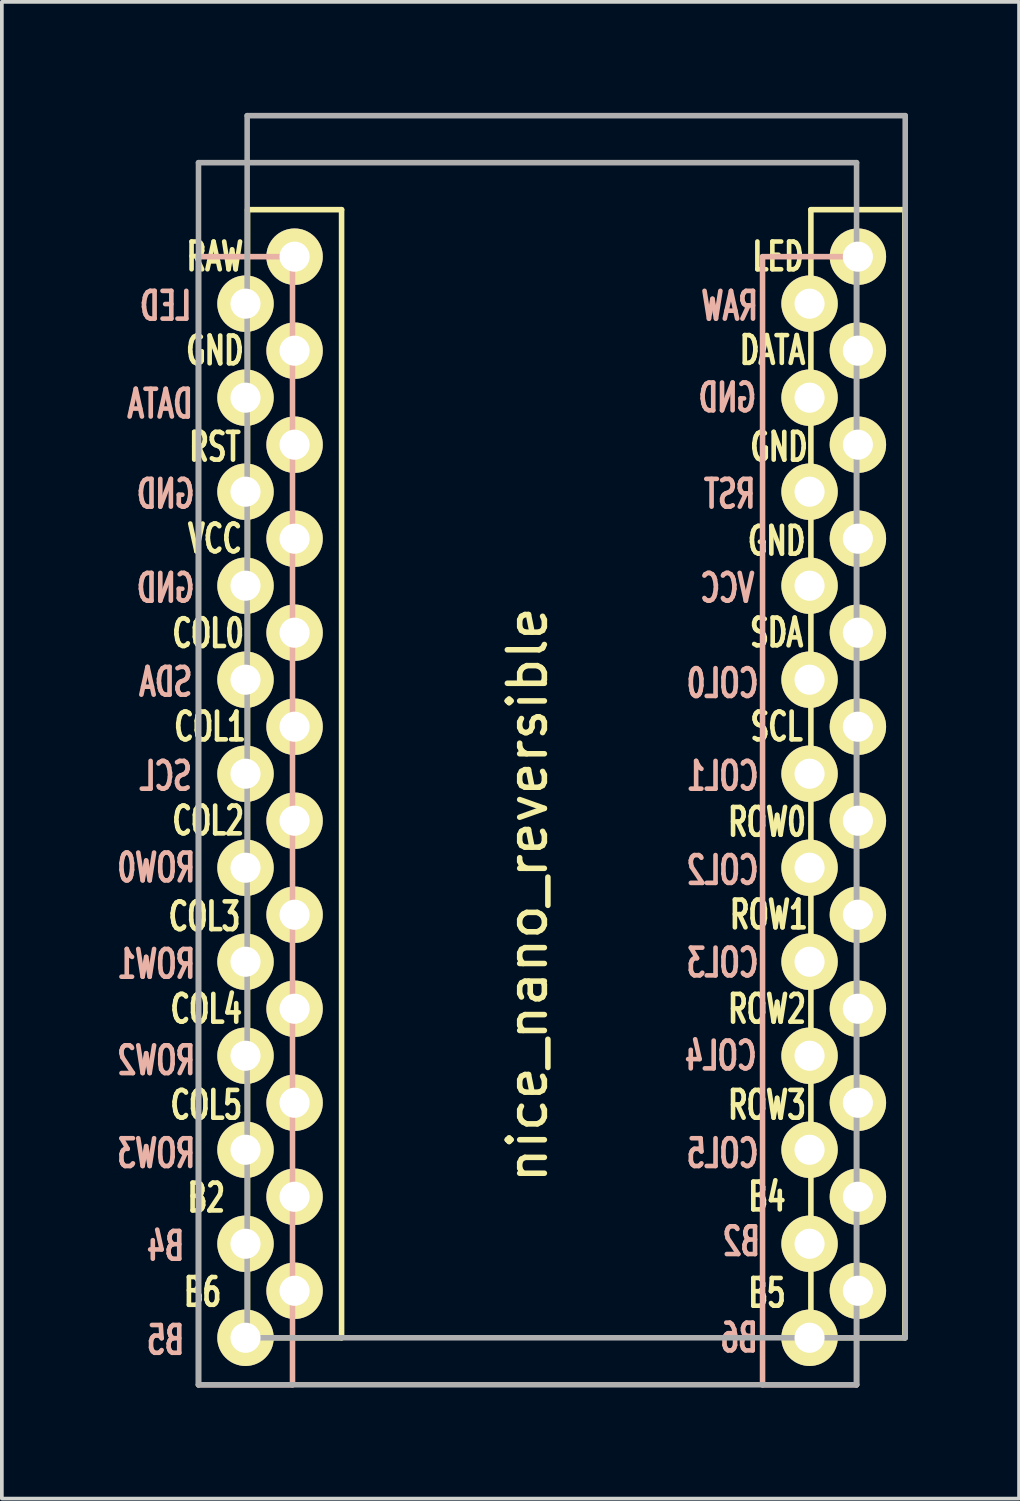
<source format=kicad_pcb>
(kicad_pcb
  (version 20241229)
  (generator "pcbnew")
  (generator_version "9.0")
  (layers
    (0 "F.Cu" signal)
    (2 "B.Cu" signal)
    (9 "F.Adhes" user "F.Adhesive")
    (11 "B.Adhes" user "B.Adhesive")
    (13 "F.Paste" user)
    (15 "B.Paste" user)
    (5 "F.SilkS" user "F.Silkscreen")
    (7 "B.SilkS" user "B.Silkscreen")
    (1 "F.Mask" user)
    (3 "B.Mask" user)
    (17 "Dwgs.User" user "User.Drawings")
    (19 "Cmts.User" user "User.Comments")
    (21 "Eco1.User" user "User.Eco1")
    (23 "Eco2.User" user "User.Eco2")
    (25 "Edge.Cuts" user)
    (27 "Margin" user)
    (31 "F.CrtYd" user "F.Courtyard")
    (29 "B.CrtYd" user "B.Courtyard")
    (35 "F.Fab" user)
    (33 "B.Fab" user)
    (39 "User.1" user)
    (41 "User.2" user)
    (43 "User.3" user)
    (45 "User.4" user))
  (footprint "nice_nano_reversible"
    (layer "F.Cu")
    (at 12.473 18.363)
    (property "Reference" "nice_nano_reversible" (at -1.27 2.762 270) (layer "F.SilkS") (effects (font (size 1 1) (thickness 0.15))))
    (attr through_hole)
    (fp_line (start -8.834 -15.748) (end -6.294 -15.748) (stroke (width 0.15) (type solid)) (layer "F.SilkS"))
    (fp_line (start -8.834 14.732) (end -8.834 -15.748) (stroke (width 0.15) (type solid)) (layer "F.SilkS"))
    (fp_line (start -6.294 -15.748) (end -6.294 14.732) (stroke (width 0.15) (type solid)) (layer "F.SilkS"))
    (fp_line (start -6.294 14.732) (end -8.834 14.732) (stroke (width 0.15) (type solid)) (layer "F.SilkS"))
    (fp_line (start 6.386 -15.748) (end 8.926 -15.748) (stroke (width 0.15) (type solid)) (layer "F.SilkS"))
    (fp_line (start 6.386 14.732) (end 6.386 -15.748) (stroke (width 0.15) (type solid)) (layer "F.SilkS"))
    (fp_line (start 8.926 -15.748) (end 8.926 14.732) (stroke (width 0.15) (type solid)) (layer "F.SilkS"))
    (fp_line (start 8.926 14.732) (end 6.386 14.732) (stroke (width 0.15) (type solid)) (layer "F.SilkS"))
    (fp_line (start -10.16 -14.478) (end -7.62 -14.478) (stroke (width 0.15) (type solid)) (layer "B.SilkS"))
    (fp_line (start -10.16 16.002) (end -10.16 -14.478) (stroke (width 0.15) (type solid)) (layer "B.SilkS"))
    (fp_line (start -7.62 -14.478) (end -7.62 16.002) (stroke (width 0.15) (type solid)) (layer "B.SilkS"))
    (fp_line (start -7.62 16.002) (end -10.16 16.002) (stroke (width 0.15) (type solid)) (layer "B.SilkS"))
    (fp_line (start 5.08 -14.478) (end 7.62 -14.478) (stroke (width 0.15) (type solid)) (layer "B.SilkS"))
    (fp_line (start 5.08 16.002) (end 5.08 -14.478) (stroke (width 0.15) (type solid)) (layer "B.SilkS"))
    (fp_line (start 7.62 -14.478) (end 7.62 16.002) (stroke (width 0.15) (type solid)) (layer "B.SilkS"))
    (fp_line (start 7.62 16.002) (end 5.08 16.002) (stroke (width 0.15) (type solid)) (layer "B.SilkS"))
    (fp_line (start -10.16 -17.018) (end 7.62 -17.018) (stroke (width 0.15) (type solid)) (layer "F.Fab"))
    (fp_line (start -10.16 16.002) (end -10.16 -17.018) (stroke (width 0.15) (type solid)) (layer "F.Fab"))
    (fp_line (start -8.845 -18.288) (end 8.935 -18.288) (stroke (width 0.15) (type solid)) (layer "F.Fab"))
    (fp_line (start -8.845 14.732) (end -8.845 -18.288) (stroke (width 0.15) (type solid)) (layer "F.Fab"))
    (fp_line (start 7.62 -17.018) (end 7.62 16.002) (stroke (width 0.15) (type solid)) (layer "F.Fab"))
    (fp_line (start 7.62 16.002) (end -10.16 16.002) (stroke (width 0.15) (type solid)) (layer "F.Fab"))
    (fp_line (start 8.935 -18.288) (end 8.935 14.732) (stroke (width 0.15) (type solid)) (layer "F.Fab"))
    (fp_line (start 8.935 14.732) (end -8.845 14.732) (stroke (width 0.15) (type solid)) (layer "F.Fab"))
    (fp_text user "LED" (at 5.5 -14.478 0) (layer "F.SilkS") (effects (font (size 0.75 0.5) (thickness 0.125))))
    (fp_text user "ROW1" (at 5.25 3.302 0) (layer "F.SilkS") (effects (font (size 0.75 0.5) (thickness 0.125))))
    (fp_text user "GND" (at 5.524 -9.335 0) (layer "F.SilkS") (effects (font (size 0.75 0.5) (thickness 0.125))))
    (fp_text user "SCL" (at 5.461 -1.778 0) (layer "F.SilkS") (effects (font (size 0.75 0.5) (thickness 0.125))))
    (fp_text user "" (at -0.5 -17.25 0) (layer "F.SilkS") (effects (font (size 1 1) (thickness 0.15))))
    (fp_text user "GND" (at 5.461 -6.795 0) (layer "F.SilkS") (effects (font (size 0.75 0.5) (thickness 0.125))))
    (fp_text user "COL1" (at -9.85 -1.778 0) (layer "F.SilkS") (effects (font (size 0.75 0.5) (thickness 0.125))))
    (fp_text user "COL4" (at -9.95 5.85 0) (layer "F.SilkS") (effects (font (size 0.75 0.5) (thickness 0.125))))
    (fp_text user "B4" (at 5.2 10.922 0) (layer "F.SilkS") (effects (font (size 0.75 0.5) (thickness 0.125))))
    (fp_text user "RST" (at -9.716 -9.335 0) (layer "F.SilkS") (effects (font (size 0.75 0.5) (thickness 0.125))))
    (fp_text user "B5" (at 5.2 13.525 0) (layer "F.SilkS") (effects (font (size 0.75 0.5) (thickness 0.125))))
    (fp_text user "ROW0" (at 5.2 0.8 0) (layer "F.SilkS") (effects (font (size 0.75 0.5) (thickness 0.125))))
    (fp_text user "GND" (at -9.716 -11.938 0) (layer "F.SilkS") (effects (font (size 0.75 0.5) (thickness 0.125))))
    (fp_text user "VCC" (at -9.716 -6.858 0) (layer "F.SilkS") (effects (font (size 0.75 0.5) (thickness 0.125))))
    (fp_text user "B2" (at -9.95 10.95 0) (layer "F.SilkS") (effects (font (size 0.75 0.5) (thickness 0.125))))
    (fp_text user "SDA" (at 5.461 -4.318 0) (layer "F.SilkS") (effects (font (size 0.75 0.5) (thickness 0.125))))
    (fp_text user "DATA" (at 5.35 -11.95 0) (layer "F.SilkS") (effects (font (size 0.75 0.5) (thickness 0.125))))
    (fp_text user "COL3" (at -10 3.35 0) (layer "F.SilkS") (effects (font (size 0.75 0.5) (thickness 0.125))))
    (fp_text user "ROW3" (at 5.2 8.445 0) (layer "F.SilkS") (effects (font (size 0.75 0.5) (thickness 0.125))))
    (fp_text user "COL0" (at -9.9 -4.3 0) (layer "F.SilkS") (effects (font (size 0.75 0.5) (thickness 0.125))))
    (fp_text user "ROW2" (at 5.2 5.85 0) (layer "F.SilkS") (effects (font (size 0.75 0.5) (thickness 0.125))))
    (fp_text user "B6" (at -10.05 13.5 0) (layer "F.SilkS") (effects (font (size 0.75 0.5) (thickness 0.125))))
    (fp_text user "RAW" (at -9.716 -14.478 0) (layer "F.SilkS") (effects (font (size 0.75 0.5) (thickness 0.125))))
    (fp_text user "COL2" (at -9.9 0.762 0) (layer "F.SilkS") (effects (font (size 0.75 0.5) (thickness 0.125))))
    (fp_text user "COL5" (at -9.95 8.445 0) (layer "F.SilkS") (effects (font (size 0.75 0.5) (thickness 0.125))))
    (fp_text user "ROW1" (at -11.3 4.636 0) (layer "B.SilkS") (effects (font (size 0.75 0.5) (thickness 0.125)) (justify mirror)))
    (fp_text user "RAW" (at 4.191 -13.145 0) (layer "B.SilkS") (effects (font (size 0.75 0.5) (thickness 0.125)) (justify mirror)))
    (fp_text user "LED" (at -11.049 -13.145 0) (layer "B.SilkS") (effects (font (size 0.75 0.5) (thickness 0.125)) (justify mirror)))
    (fp_text user "COL5" (at 4 9.75 0) (layer "B.SilkS") (effects (font (size 0.75 0.5) (thickness 0.125)) (justify mirror)))
    (fp_text user "B5" (at -11.049 14.796 0) (layer "B.SilkS") (effects (font (size 0.75 0.5) (thickness 0.125)) (justify mirror)))
    (fp_text user "ROW3" (at -11.3 9.75 0) (layer "B.SilkS") (effects (font (size 0.75 0.5) (thickness 0.125)) (justify mirror)))
    (fp_text user "B6" (at 4.445 14.732 0) (layer "B.SilkS") (effects (font (size 0.75 0.5) (thickness 0.125)) (justify mirror)))
    (fp_text user "GND" (at -11.049 -8.065 0) (layer "B.SilkS") (effects (font (size 0.75 0.5) (thickness 0.125)) (justify mirror)))
    (fp_text user "COL2" (at 4 2.1 0) (layer "B.SilkS") (effects (font (size 0.75 0.5) (thickness 0.125)) (justify mirror)))
    (fp_text user "RST" (at 4.191 -8.065 0) (layer "B.SilkS") (effects (font (size 0.75 0.5) (thickness 0.125)) (justify mirror)))
    (fp_text user "ROW2" (at -11.3 7.239 0) (layer "B.SilkS") (effects (font (size 0.75 0.5) (thickness 0.125)) (justify mirror)))
    (fp_text user "" (at -1.206 -16.256 0) (layer "B.SilkS") (effects (font (size 1 1) (thickness 0.15)) (justify mirror)))
    (fp_text user "GND" (at -11.049 -5.524 0) (layer "B.SilkS") (effects (font (size 0.75 0.5) (thickness 0.125)) (justify mirror)))
    (fp_text user "SCL" (at -11.049 -0.445 0) (layer "B.SilkS") (effects (font (size 0.75 0.5) (thickness 0.125)) (justify mirror)))
    (fp_text user "B4" (at -11.049 12.255 0) (layer "B.SilkS") (effects (font (size 0.75 0.5) (thickness 0.125)) (justify mirror)))
    (fp_text user "COL1" (at 4 -0.445 0) (layer "B.SilkS") (effects (font (size 0.75 0.5) (thickness 0.125)) (justify mirror)))
    (fp_text user "COL4" (at 3.95 7.112 0) (layer "B.SilkS") (effects (font (size 0.75 0.5) (thickness 0.125)) (justify mirror)))
    (fp_text user "COL0" (at 4 -2.95 0) (layer "B.SilkS") (effects (font (size 0.75 0.5) (thickness 0.125)) (justify mirror)))
    (fp_text user "B2" (at 4.508 12.129 0) (layer "B.SilkS") (effects (font (size 0.75 0.5) (thickness 0.125)) (justify mirror)))
    (fp_text user "COL3" (at 4 4.6 0) (layer "B.SilkS") (effects (font (size 0.75 0.5) (thickness 0.125)) (justify mirror)))
    (fp_text user "ROW0" (at -11.3 2.032 0) (layer "B.SilkS") (effects (font (size 0.75 0.5) (thickness 0.125)) (justify mirror)))
    (fp_text user "DATA" (at -11.2 -10.5 0) (layer "B.SilkS") (effects (font (size 0.75 0.5) (thickness 0.125)) (justify mirror)))
    (fp_text user "VCC" (at 4.128 -5.524 0) (layer "B.SilkS") (effects (font (size 0.75 0.5) (thickness 0.125)) (justify mirror)))
    (fp_text user "GND" (at 4.128 -10.668 0) (layer "B.SilkS") (effects (font (size 0.75 0.5) (thickness 0.125)) (justify mirror)))
    (fp_text user "SDA" (at -11.049 -2.985 0) (layer "B.SilkS") (effects (font (size 0.75 0.5) (thickness 0.125)) (justify mirror)))
    (pad "1" thru_hole circle (at -8.89 -13.208) (size 1.524 1.524) (drill 0.813) (layers "*.Cu" "*.Mask" "F.SilkS"))
    (pad "1" thru_hole circle (at 7.656 -14.478) (size 1.524 1.524) (drill 0.813) (layers "*.Cu" "*.Mask" "F.SilkS"))
    (pad "2" thru_hole circle (at -8.89 -10.668) (size 1.524 1.524) (drill 0.813) (layers "*.Cu" "*.Mask" "F.SilkS"))
    (pad "2" thru_hole circle (at 7.656 -11.938) (size 1.524 1.524) (drill 0.813) (layers "*.Cu" "*.Mask" "F.SilkS"))
    (pad "3" thru_hole circle (at -8.89 -8.128) (size 1.524 1.524) (drill 0.813) (layers "*.Cu" "*.Mask" "F.SilkS"))
    (pad "3" thru_hole circle (at 7.656 -9.398) (size 1.524 1.524) (drill 0.813) (layers "*.Cu" "*.Mask" "F.SilkS"))
    (pad "4" thru_hole circle (at -8.89 -5.588) (size 1.524 1.524) (drill 0.813) (layers "*.Cu" "*.Mask" "F.SilkS"))
    (pad "4" thru_hole circle (at 7.656 -6.858) (size 1.524 1.524) (drill 0.813) (layers "*.Cu" "*.Mask" "F.SilkS"))
    (pad "5" thru_hole circle (at -8.89 -3.048) (size 1.524 1.524) (drill 0.813) (layers "*.Cu" "*.Mask" "F.SilkS"))
    (pad "5" thru_hole circle (at 7.656 -4.318) (size 1.524 1.524) (drill 0.813) (layers "*.Cu" "*.Mask" "F.SilkS"))
    (pad "6" thru_hole circle (at -8.89 -0.508) (size 1.524 1.524) (drill 0.813) (layers "*.Cu" "*.Mask" "F.SilkS"))
    (pad "6" thru_hole circle (at 7.656 -1.778) (size 1.524 1.524) (drill 0.813) (layers "*.Cu" "*.Mask" "F.SilkS"))
    (pad "7" thru_hole circle (at -8.89 2.032) (size 1.524 1.524) (drill 0.813) (layers "*.Cu" "*.Mask" "F.SilkS"))
    (pad "7" thru_hole circle (at 7.656 0.762) (size 1.524 1.524) (drill 0.813) (layers "*.Cu" "*.Mask" "F.SilkS"))
    (pad "8" thru_hole circle (at -8.89 4.572) (size 1.524 1.524) (drill 0.813) (layers "*.Cu" "*.Mask" "F.SilkS"))
    (pad "8" thru_hole circle (at 7.656 3.302) (size 1.524 1.524) (drill 0.813) (layers "*.Cu" "*.Mask" "F.SilkS"))
    (pad "9" thru_hole circle (at -8.89 7.112) (size 1.524 1.524) (drill 0.813) (layers "*.Cu" "*.Mask" "F.SilkS"))
    (pad "9" thru_hole circle (at 7.656 5.842) (size 1.524 1.524) (drill 0.813) (layers "*.Cu" "*.Mask" "F.SilkS"))
    (pad "10" thru_hole circle (at -8.89 9.652) (size 1.524 1.524) (drill 0.813) (layers "*.Cu" "*.Mask" "F.SilkS"))
    (pad "10" thru_hole circle (at 7.656 8.382) (size 1.524 1.524) (drill 0.813) (layers "*.Cu" "*.Mask" "F.SilkS"))
    (pad "11" thru_hole circle (at -8.89 12.192) (size 1.524 1.524) (drill 0.813) (layers "*.Cu" "*.Mask" "F.SilkS"))
    (pad "11" thru_hole circle (at 7.656 10.922) (size 1.524 1.524) (drill 0.813) (layers "*.Cu" "*.Mask" "F.SilkS"))
    (pad "12" thru_hole circle (at -8.89 14.732) (size 1.524 1.524) (drill 0.813) (layers "*.Cu" "*.Mask" "F.SilkS"))
    (pad "12" thru_hole circle (at 7.656 13.462) (size 1.524 1.524) (drill 0.813) (layers "*.Cu" "*.Mask" "F.SilkS"))
    (pad "13" thru_hole circle (at -7.564 13.462) (size 1.524 1.524) (drill 0.813) (layers "*.Cu" "*.Mask" "F.SilkS"))
    (pad "13" thru_hole circle (at 6.35 14.732) (size 1.524 1.524) (drill 0.813) (layers "*.Cu" "*.Mask" "F.SilkS"))
    (pad "14" thru_hole circle (at -7.564 10.922) (size 1.524 1.524) (drill 0.813) (layers "*.Cu" "*.Mask" "F.SilkS"))
    (pad "14" thru_hole circle (at 6.35 12.192) (size 1.524 1.524) (drill 0.813) (layers "*.Cu" "*.Mask" "F.SilkS"))
    (pad "15" thru_hole circle (at -7.564 8.382) (size 1.524 1.524) (drill 0.813) (layers "*.Cu" "*.Mask" "F.SilkS"))
    (pad "15" thru_hole circle (at 6.35 9.652) (size 1.524 1.524) (drill 0.813) (layers "*.Cu" "*.Mask" "F.SilkS"))
    (pad "16" thru_hole circle (at -7.564 5.842) (size 1.524 1.524) (drill 0.813) (layers "*.Cu" "*.Mask" "F.SilkS"))
    (pad "16" thru_hole circle (at 6.35 7.112) (size 1.524 1.524) (drill 0.813) (layers "*.Cu" "*.Mask" "F.SilkS"))
    (pad "17" thru_hole circle (at -7.564 3.302) (size 1.524 1.524) (drill 0.813) (layers "*.Cu" "*.Mask" "F.SilkS"))
    (pad "17" thru_hole circle (at 6.35 4.572) (size 1.524 1.524) (drill 0.813) (layers "*.Cu" "*.Mask" "F.SilkS"))
    (pad "18" thru_hole circle (at -7.564 0.762) (size 1.524 1.524) (drill 0.813) (layers "*.Cu" "*.Mask" "F.SilkS"))
    (pad "18" thru_hole circle (at 6.35 2.032) (size 1.524 1.524) (drill 0.813) (layers "*.Cu" "*.Mask" "F.SilkS"))
    (pad "19" thru_hole circle (at -7.564 -1.778) (size 1.524 1.524) (drill 0.813) (layers "*.Cu" "*.Mask" "F.SilkS"))
    (pad "19" thru_hole circle (at 6.35 -0.508) (size 1.524 1.524) (drill 0.813) (layers "*.Cu" "*.Mask" "F.SilkS"))
    (pad "20" thru_hole circle (at -7.564 -4.318) (size 1.524 1.524) (drill 0.813) (layers "*.Cu" "*.Mask" "F.SilkS"))
    (pad "20" thru_hole circle (at 6.35 -3.048) (size 1.524 1.524) (drill 0.813) (layers "*.Cu" "*.Mask" "F.SilkS"))
    (pad "21" thru_hole circle (at -7.564 -6.858) (size 1.524 1.524) (drill 0.813) (layers "*.Cu" "*.Mask" "F.SilkS"))
    (pad "21" thru_hole circle (at 6.35 -5.588) (size 1.524 1.524) (drill 0.813) (layers "*.Cu" "*.Mask" "F.SilkS"))
    (pad "22" thru_hole circle (at -7.564 -9.398) (size 1.524 1.524) (drill 0.813) (layers "*.Cu" "*.Mask" "F.SilkS"))
    (pad "22" thru_hole circle (at 6.35 -8.128) (size 1.524 1.524) (drill 0.813) (layers "*.Cu" "*.Mask" "F.SilkS"))
    (pad "23" thru_hole circle (at -7.564 -11.938) (size 1.524 1.524) (drill 0.813) (layers "*.Cu" "*.Mask" "F.SilkS"))
    (pad "23" thru_hole circle (at 6.35 -10.668) (size 1.524 1.524) (drill 0.813) (layers "*.Cu" "*.Mask" "F.SilkS"))
    (pad "24" thru_hole circle (at -7.564 -14.478) (size 1.524 1.524) (drill 0.813) (layers "*.Cu" "*.Mask" "F.SilkS"))
    (pad "24" thru_hole circle (at 6.35 -13.208) (size 1.524 1.524) (drill 0.813) (layers "*.Cu" "*.Mask" "F.SilkS")))
  (gr_rect
    (start -3 -3)
    (end 24.483 37.44)
    (stroke (width 0.1) (type default))
    (fill no)
    (layer "Edge.Cuts")))
</source>
